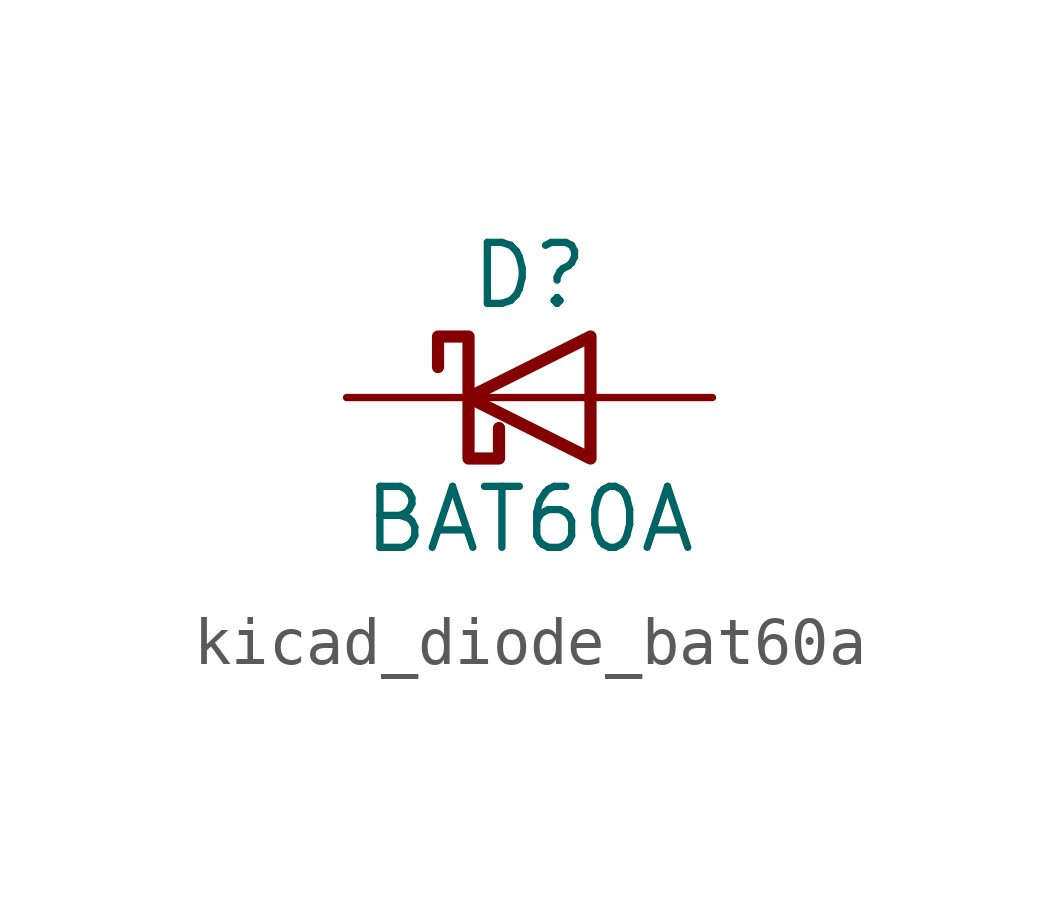
<source format=kicad_sym>
(kicad_symbol_lib
  (version 20220914)
  (generator kicad_symbol_editor)
  (symbol "kicad_diode_bat60a"
    (pin_numbers hide)
    (pin_names
      (offset 1.016) hide)
    (property "Reference" "D"
      (at 0 2.54 0)
      (effects (font (size 1.27 1.27))))
    (property "Value" "BAT60A"
      (at 0 -2.54 0)
      (effects (font (size 1.27 1.27))))
    (symbol "kicad_diode_bat60a_0_1"
      (polyline (pts (xy 1.27 0) (xy -1.27 0)) (stroke (width 0) (type default)) (fill (type none)))
      (polyline (pts (xy 1.27 1.27) (xy 1.27 -1.27) (xy -1.27 0) (xy 1.27 1.27)) (stroke (width 0.254) (type default)) (fill (type none)))
      (polyline (pts (xy -1.905 0.635) (xy -1.905 1.27) (xy -1.27 1.27) (xy -1.27 -1.27) (xy -0.635 -1.27) (xy -0.635 -0.635)) (stroke (width 0.254) (type default)) (fill (type none))))
    (symbol "kicad_diode_bat60a_1_1"
      (pin passive line (at -3.81 0 0) (length 2.54) (name "K" (effects (font (size 1.27 1.27)))) (number "1" (effects (font (size 1.27 1.27)))))
      (pin passive line (at 3.81 0 180) (length 2.54) (name "A" (effects (font (size 1.27 1.27)))) (number "2" (effects (font (size 1.27 1.27))))))))
</source>
